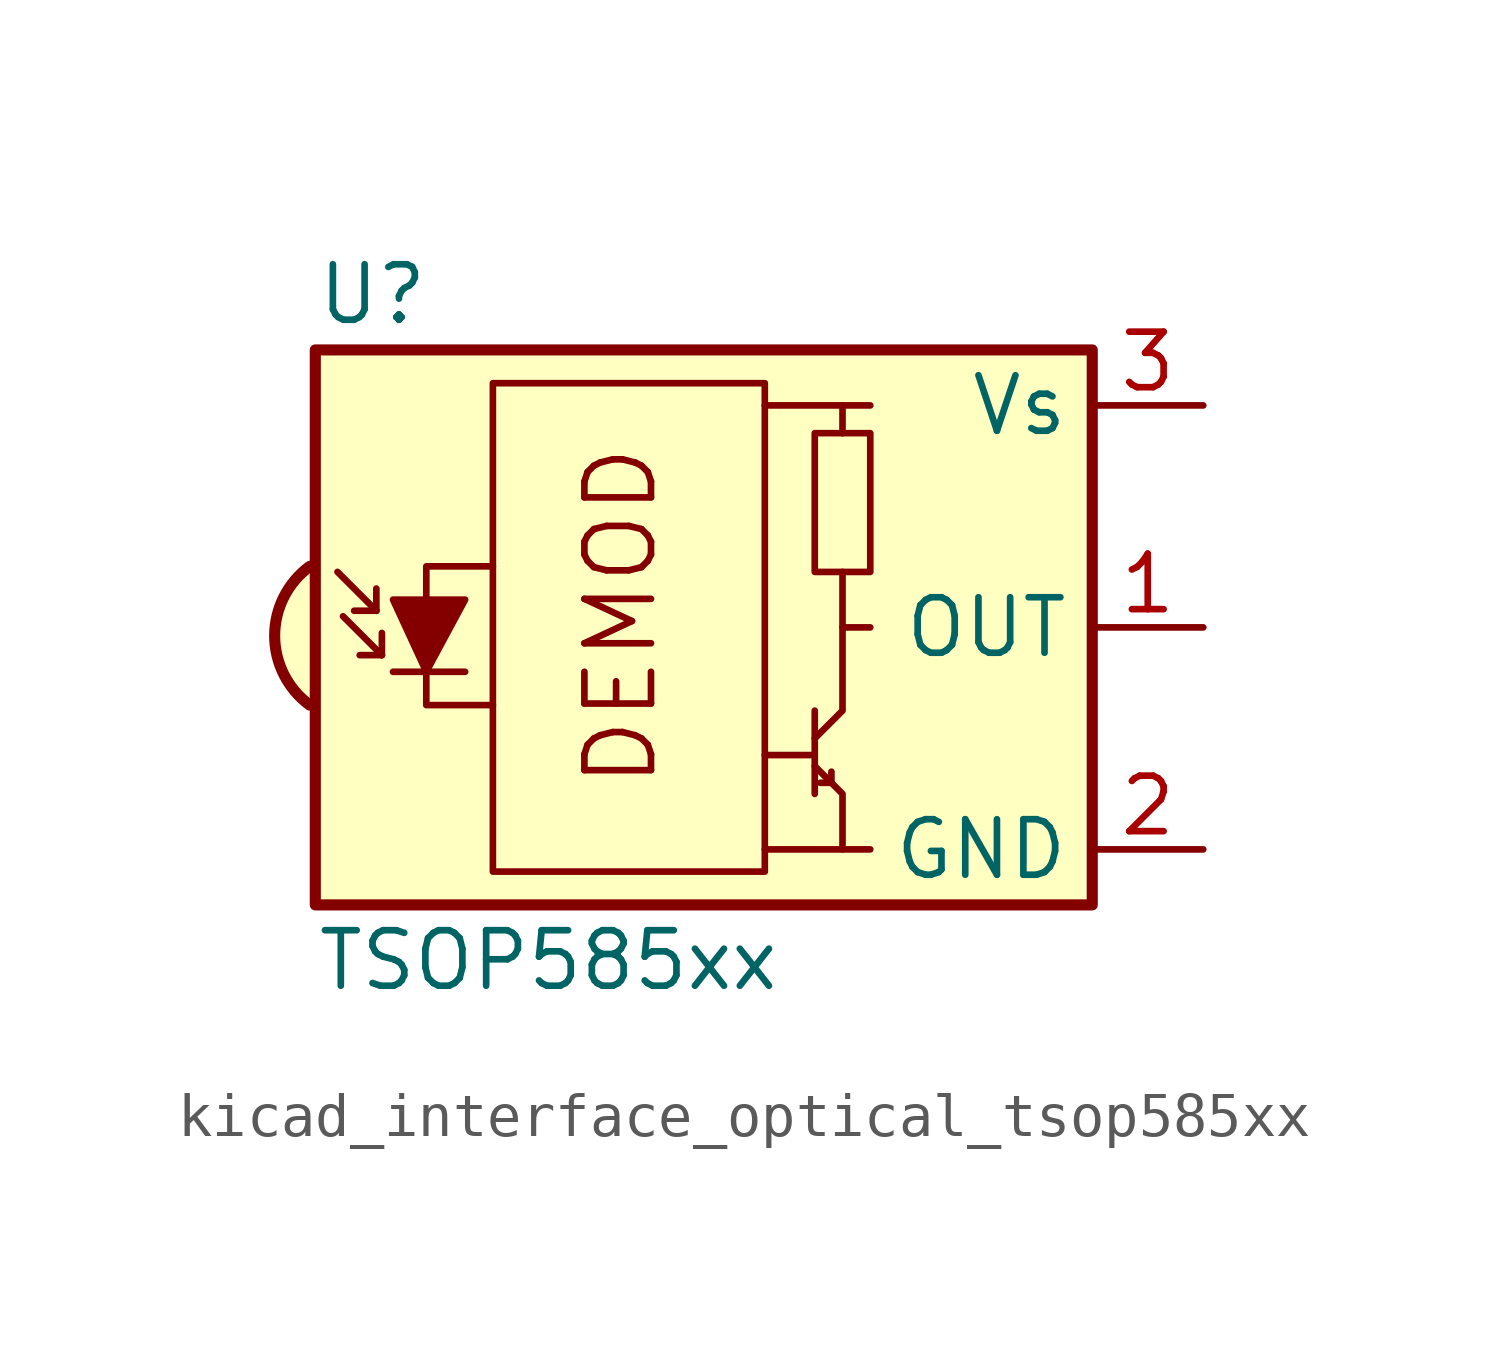
<source format=kicad_sym>
(kicad_symbol_lib
  (version 20220914)
  (generator kicad_symbol_editor)
  (symbol "kicad_interface_optical_tsop585xx"
    (property "Reference" "U"
      (at -10.16 7.62 0)
      (effects (font (size 1.27 1.27)) (justify left)))
    (property "Value" "TSOP585xx"
      (at -10.16 -7.62 0)
      (effects (font (size 1.27 1.27)) (justify left)))
    (symbol "kicad_interface_optical_tsop585xx_0_0"
      (arc (start -10.287 1.397) (mid -11.0899 -0.1852) (end -10.287 -1.778) (stroke (width 0.254) (type default)) (fill (type background)))
      (polyline (pts (xy 1.905 -5.08) (xy 0.127 -5.08)) (stroke (width 0) (type default)) (fill (type none)))
      (polyline (pts (xy 1.905 5.08) (xy 0.127 5.08)) (stroke (width 0) (type default)) (fill (type none)))
      (text "DEMOD" (at -3.175 0.254 900) (effects (font (size 1.524 1.524)))))
    (symbol "kicad_interface_optical_tsop585xx_0_1"
      (rectangle (start -6.096 5.588) (end 0.127 -5.588) (stroke (width 0) (type default)) (fill (type none)))
      (polyline (pts (xy -8.763 0.381) (xy -9.652 1.27)) (stroke (width 0) (type default)) (fill (type none)))
      (polyline (pts (xy -8.763 0.381) (xy -9.271 0.381)) (stroke (width 0) (type default)) (fill (type none)))
      (polyline (pts (xy -8.763 0.381) (xy -8.763 0.889)) (stroke (width 0) (type default)) (fill (type none)))
      (polyline (pts (xy -8.636 -0.635) (xy -9.525 0.254)) (stroke (width 0) (type default)) (fill (type none)))
      (polyline (pts (xy -8.636 -0.635) (xy -9.144 -0.635)) (stroke (width 0) (type default)) (fill (type none)))
      (polyline (pts (xy -8.636 -0.635) (xy -8.636 -0.127)) (stroke (width 0) (type default)) (fill (type none)))
      (polyline (pts (xy -8.382 -1.016) (xy -6.731 -1.016)) (stroke (width 0) (type default)) (fill (type none)))
      (polyline (pts (xy 1.27 -2.921) (xy 0.127 -2.921)) (stroke (width 0) (type default)) (fill (type none)))
      (polyline (pts (xy 1.27 -1.905) (xy 1.27 -3.81)) (stroke (width 0) (type default)) (fill (type none)))
      (polyline (pts (xy 1.397 -3.556) (xy 1.524 -3.556)) (stroke (width 0) (type default)) (fill (type none)))
      (polyline (pts (xy 1.651 -3.556) (xy 1.524 -3.556)) (stroke (width 0) (type default)) (fill (type none)))
      (polyline (pts (xy 1.651 -3.556) (xy 1.651 -3.302)) (stroke (width 0) (type default)) (fill (type none)))
      (polyline (pts (xy 1.905 0) (xy 1.905 1.27)) (stroke (width 0) (type default)) (fill (type none)))
      (polyline (pts (xy 1.905 4.445) (xy 1.905 5.08) (xy 2.54 5.08)) (stroke (width 0) (type default)) (fill (type none)))
      (polyline (pts (xy -8.382 0.635) (xy -6.731 0.635) (xy -7.62 -1.016) (xy -8.382 0.635)) (stroke (width 0) (type default)) (fill (type outline)))
      (polyline (pts (xy -6.096 1.397) (xy -7.62 1.397) (xy -7.62 -1.778) (xy -6.096 -1.778)) (stroke (width 0) (type default)) (fill (type none)))
      (polyline (pts (xy 1.27 -3.175) (xy 1.905 -3.81) (xy 1.905 -5.08) (xy 2.54 -5.08)) (stroke (width 0) (type default)) (fill (type none)))
      (polyline (pts (xy 1.27 -2.54) (xy 1.905 -1.905) (xy 1.905 0) (xy 2.54 0)) (stroke (width 0) (type default)) (fill (type none)))
      (rectangle (start 2.54 1.27) (end 1.27 4.445) (stroke (width 0) (type default)) (fill (type none)))
      (rectangle (start 7.62 6.35) (end -10.16 -6.35) (stroke (width 0.254) (type default)) (fill (type background))))
    (symbol "kicad_interface_optical_tsop585xx_1_1"
      (pin output line (at 10.16 0 180) (length 2.54) (name "OUT" (effects (font (size 1.27 1.27)))) (number "1" (effects (font (size 1.27 1.27)))))
      (pin power_in line (at 10.16 -5.08 180) (length 2.54) (name "GND" (effects (font (size 1.27 1.27)))) (number "2" (effects (font (size 1.27 1.27)))))
      (pin power_in line (at 10.16 5.08 180) (length 2.54) (name "Vs" (effects (font (size 1.27 1.27)))) (number "3" (effects (font (size 1.27 1.27))))))))
</source>
